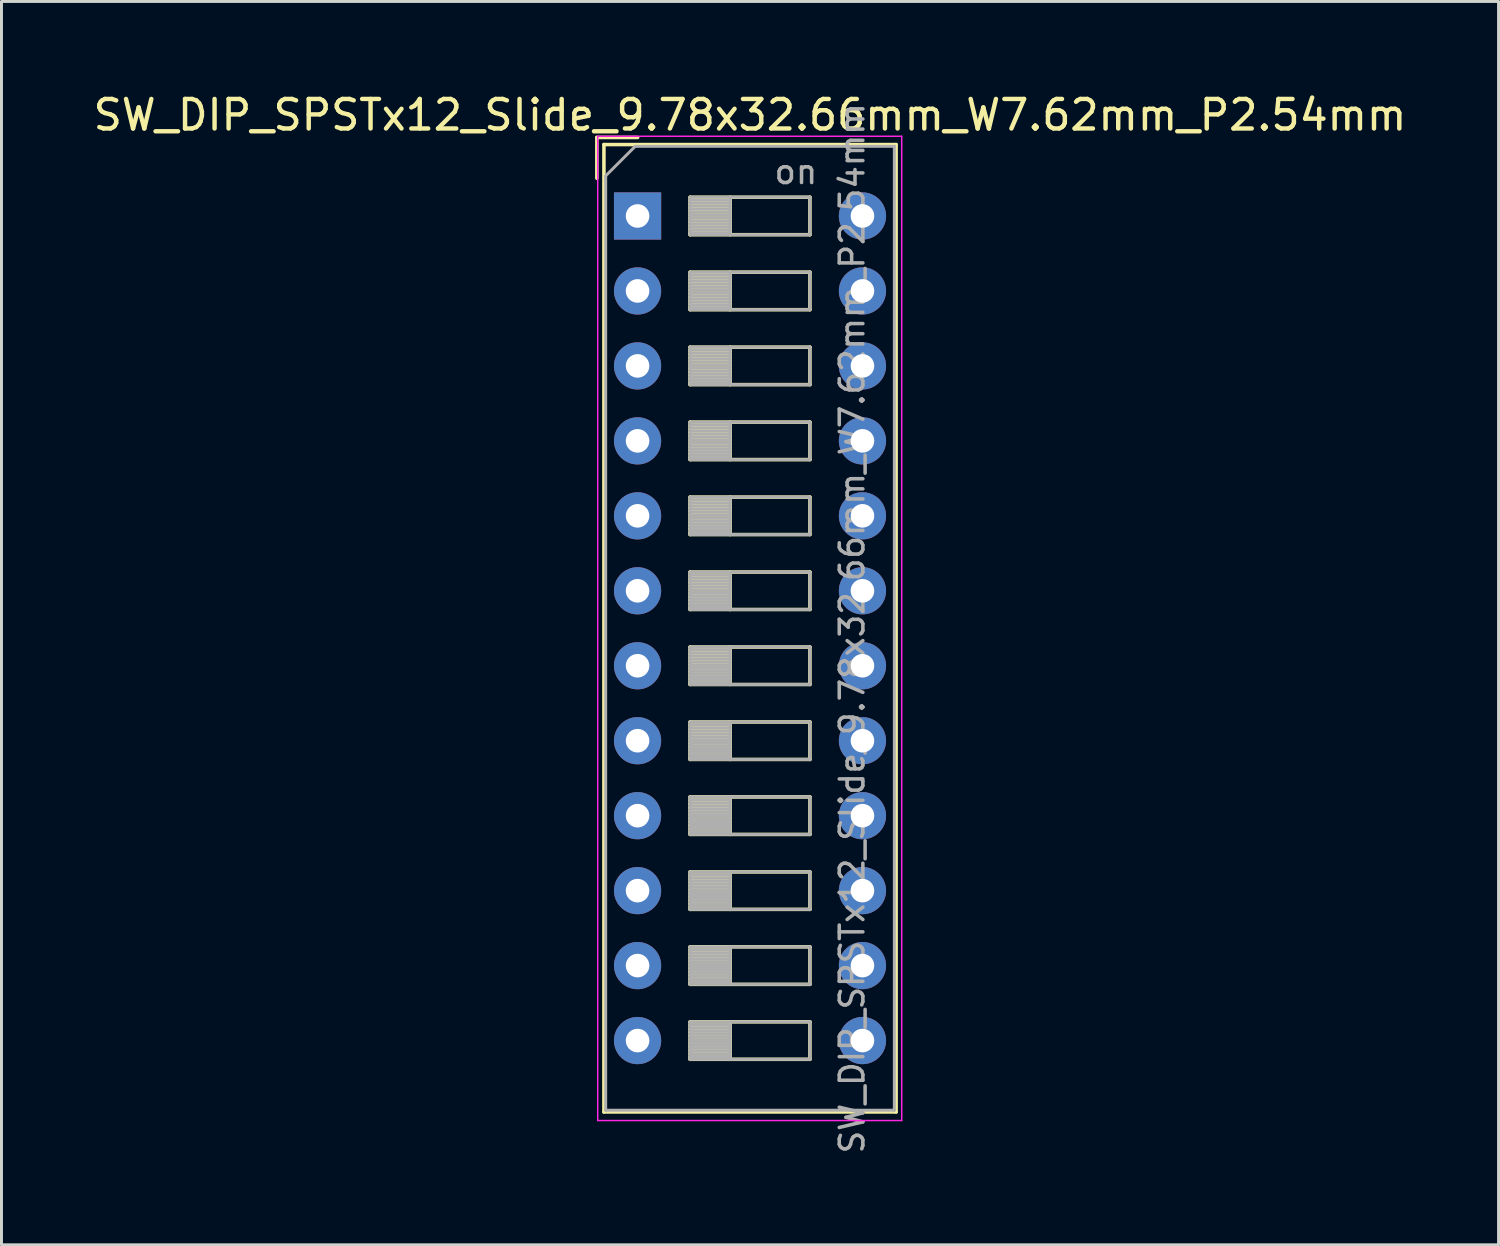
<source format=kicad_pcb>
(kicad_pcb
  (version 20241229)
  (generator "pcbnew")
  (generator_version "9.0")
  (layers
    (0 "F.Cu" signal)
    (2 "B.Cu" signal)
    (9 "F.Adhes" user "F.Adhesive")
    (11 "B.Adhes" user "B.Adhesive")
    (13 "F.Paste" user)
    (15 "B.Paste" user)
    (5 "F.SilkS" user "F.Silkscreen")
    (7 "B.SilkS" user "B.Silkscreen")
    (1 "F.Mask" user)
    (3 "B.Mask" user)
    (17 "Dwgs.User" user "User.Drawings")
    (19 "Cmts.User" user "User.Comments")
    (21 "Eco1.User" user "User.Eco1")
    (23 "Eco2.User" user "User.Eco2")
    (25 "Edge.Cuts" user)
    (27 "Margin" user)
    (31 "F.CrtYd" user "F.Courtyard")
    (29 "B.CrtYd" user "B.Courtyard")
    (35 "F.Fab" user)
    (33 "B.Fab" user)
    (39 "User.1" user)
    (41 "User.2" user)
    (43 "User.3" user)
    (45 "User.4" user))
  (footprint "SW_DIP_SPSTx12_Slide_9.78x32.66mm_W7.62mm_P2.54mm"
    (layer "F.Cu")
    (at 18.553 4.268)
    (property "Reference" "SW_DIP_SPSTx12_Slide_9.78x32.66mm_W7.62mm_P2.54mm" (at 3.81 -3.42 0) (layer "F.SilkS") (effects (font (size 1 1) (thickness 0.15))))
    (attr through_hole)
    (fp_line (start -1.38 -2.66) (end -1.38 -1.277) (stroke (width 0.12) (type solid)) (layer "F.SilkS"))
    (fp_line (start -1.38 -2.66) (end 0.004 -2.66) (stroke (width 0.12) (type solid)) (layer "F.SilkS"))
    (fp_line (start -1.14 -2.42) (end -1.14 30.36) (stroke (width 0.12) (type solid)) (layer "F.SilkS"))
    (fp_line (start -1.14 -2.42) (end 8.76 -2.42) (stroke (width 0.12) (type solid)) (layer "F.SilkS"))
    (fp_line (start -1.14 30.36) (end 8.76 30.36) (stroke (width 0.12) (type solid)) (layer "F.SilkS"))
    (fp_line (start 1.78 -0.635) (end 1.78 0.635) (stroke (width 0.12) (type solid)) (layer "F.SilkS"))
    (fp_line (start 1.78 -0.515) (end 3.133 -0.515) (stroke (width 0.12) (type solid)) (layer "F.SilkS"))
    (fp_line (start 1.78 -0.395) (end 3.133 -0.395) (stroke (width 0.12) (type solid)) (layer "F.SilkS"))
    (fp_line (start 1.78 -0.275) (end 3.133 -0.275) (stroke (width 0.12) (type solid)) (layer "F.SilkS"))
    (fp_line (start 1.78 -0.155) (end 3.133 -0.155) (stroke (width 0.12) (type solid)) (layer "F.SilkS"))
    (fp_line (start 1.78 -0.035) (end 3.133 -0.035) (stroke (width 0.12) (type solid)) (layer "F.SilkS"))
    (fp_line (start 1.78 0.085) (end 3.133 0.085) (stroke (width 0.12) (type solid)) (layer "F.SilkS"))
    (fp_line (start 1.78 0.205) (end 3.133 0.205) (stroke (width 0.12) (type solid)) (layer "F.SilkS"))
    (fp_line (start 1.78 0.325) (end 3.133 0.325) (stroke (width 0.12) (type solid)) (layer "F.SilkS"))
    (fp_line (start 1.78 0.445) (end 3.133 0.445) (stroke (width 0.12) (type solid)) (layer "F.SilkS"))
    (fp_line (start 1.78 0.565) (end 3.133 0.565) (stroke (width 0.12) (type solid)) (layer "F.SilkS"))
    (fp_line (start 1.78 0.635) (end 5.84 0.635) (stroke (width 0.12) (type solid)) (layer "F.SilkS"))
    (fp_line (start 1.78 1.905) (end 1.78 3.175) (stroke (width 0.12) (type solid)) (layer "F.SilkS"))
    (fp_line (start 1.78 2.025) (end 3.133 2.025) (stroke (width 0.12) (type solid)) (layer "F.SilkS"))
    (fp_line (start 1.78 2.145) (end 3.133 2.145) (stroke (width 0.12) (type solid)) (layer "F.SilkS"))
    (fp_line (start 1.78 2.265) (end 3.133 2.265) (stroke (width 0.12) (type solid)) (layer "F.SilkS"))
    (fp_line (start 1.78 2.385) (end 3.133 2.385) (stroke (width 0.12) (type solid)) (layer "F.SilkS"))
    (fp_line (start 1.78 2.505) (end 3.133 2.505) (stroke (width 0.12) (type solid)) (layer "F.SilkS"))
    (fp_line (start 1.78 2.625) (end 3.133 2.625) (stroke (width 0.12) (type solid)) (layer "F.SilkS"))
    (fp_line (start 1.78 2.745) (end 3.133 2.745) (stroke (width 0.12) (type solid)) (layer "F.SilkS"))
    (fp_line (start 1.78 2.865) (end 3.133 2.865) (stroke (width 0.12) (type solid)) (layer "F.SilkS"))
    (fp_line (start 1.78 2.985) (end 3.133 2.985) (stroke (width 0.12) (type solid)) (layer "F.SilkS"))
    (fp_line (start 1.78 3.105) (end 3.133 3.105) (stroke (width 0.12) (type solid)) (layer "F.SilkS"))
    (fp_line (start 1.78 3.175) (end 5.84 3.175) (stroke (width 0.12) (type solid)) (layer "F.SilkS"))
    (fp_line (start 1.78 4.445) (end 1.78 5.715) (stroke (width 0.12) (type solid)) (layer "F.SilkS"))
    (fp_line (start 1.78 4.565) (end 3.133 4.565) (stroke (width 0.12) (type solid)) (layer "F.SilkS"))
    (fp_line (start 1.78 4.685) (end 3.133 4.685) (stroke (width 0.12) (type solid)) (layer "F.SilkS"))
    (fp_line (start 1.78 4.805) (end 3.133 4.805) (stroke (width 0.12) (type solid)) (layer "F.SilkS"))
    (fp_line (start 1.78 4.925) (end 3.133 4.925) (stroke (width 0.12) (type solid)) (layer "F.SilkS"))
    (fp_line (start 1.78 5.045) (end 3.133 5.045) (stroke (width 0.12) (type solid)) (layer "F.SilkS"))
    (fp_line (start 1.78 5.165) (end 3.133 5.165) (stroke (width 0.12) (type solid)) (layer "F.SilkS"))
    (fp_line (start 1.78 5.285) (end 3.133 5.285) (stroke (width 0.12) (type solid)) (layer "F.SilkS"))
    (fp_line (start 1.78 5.405) (end 3.133 5.405) (stroke (width 0.12) (type solid)) (layer "F.SilkS"))
    (fp_line (start 1.78 5.525) (end 3.133 5.525) (stroke (width 0.12) (type solid)) (layer "F.SilkS"))
    (fp_line (start 1.78 5.645) (end 3.133 5.645) (stroke (width 0.12) (type solid)) (layer "F.SilkS"))
    (fp_line (start 1.78 5.715) (end 5.84 5.715) (stroke (width 0.12) (type solid)) (layer "F.SilkS"))
    (fp_line (start 1.78 6.985) (end 1.78 8.255) (stroke (width 0.12) (type solid)) (layer "F.SilkS"))
    (fp_line (start 1.78 7.105) (end 3.133 7.105) (stroke (width 0.12) (type solid)) (layer "F.SilkS"))
    (fp_line (start 1.78 7.225) (end 3.133 7.225) (stroke (width 0.12) (type solid)) (layer "F.SilkS"))
    (fp_line (start 1.78 7.345) (end 3.133 7.345) (stroke (width 0.12) (type solid)) (layer "F.SilkS"))
    (fp_line (start 1.78 7.465) (end 3.133 7.465) (stroke (width 0.12) (type solid)) (layer "F.SilkS"))
    (fp_line (start 1.78 7.585) (end 3.133 7.585) (stroke (width 0.12) (type solid)) (layer "F.SilkS"))
    (fp_line (start 1.78 7.705) (end 3.133 7.705) (stroke (width 0.12) (type solid)) (layer "F.SilkS"))
    (fp_line (start 1.78 7.825) (end 3.133 7.825) (stroke (width 0.12) (type solid)) (layer "F.SilkS"))
    (fp_line (start 1.78 7.945) (end 3.133 7.945) (stroke (width 0.12) (type solid)) (layer "F.SilkS"))
    (fp_line (start 1.78 8.065) (end 3.133 8.065) (stroke (width 0.12) (type solid)) (layer "F.SilkS"))
    (fp_line (start 1.78 8.185) (end 3.133 8.185) (stroke (width 0.12) (type solid)) (layer "F.SilkS"))
    (fp_line (start 1.78 8.255) (end 5.84 8.255) (stroke (width 0.12) (type solid)) (layer "F.SilkS"))
    (fp_line (start 1.78 9.525) (end 1.78 10.795) (stroke (width 0.12) (type solid)) (layer "F.SilkS"))
    (fp_line (start 1.78 9.645) (end 3.133 9.645) (stroke (width 0.12) (type solid)) (layer "F.SilkS"))
    (fp_line (start 1.78 9.765) (end 3.133 9.765) (stroke (width 0.12) (type solid)) (layer "F.SilkS"))
    (fp_line (start 1.78 9.885) (end 3.133 9.885) (stroke (width 0.12) (type solid)) (layer "F.SilkS"))
    (fp_line (start 1.78 10.005) (end 3.133 10.005) (stroke (width 0.12) (type solid)) (layer "F.SilkS"))
    (fp_line (start 1.78 10.125) (end 3.133 10.125) (stroke (width 0.12) (type solid)) (layer "F.SilkS"))
    (fp_line (start 1.78 10.245) (end 3.133 10.245) (stroke (width 0.12) (type solid)) (layer "F.SilkS"))
    (fp_line (start 1.78 10.365) (end 3.133 10.365) (stroke (width 0.12) (type solid)) (layer "F.SilkS"))
    (fp_line (start 1.78 10.485) (end 3.133 10.485) (stroke (width 0.12) (type solid)) (layer "F.SilkS"))
    (fp_line (start 1.78 10.605) (end 3.133 10.605) (stroke (width 0.12) (type solid)) (layer "F.SilkS"))
    (fp_line (start 1.78 10.725) (end 3.133 10.725) (stroke (width 0.12) (type solid)) (layer "F.SilkS"))
    (fp_line (start 1.78 10.795) (end 5.84 10.795) (stroke (width 0.12) (type solid)) (layer "F.SilkS"))
    (fp_line (start 1.78 12.065) (end 1.78 13.335) (stroke (width 0.12) (type solid)) (layer "F.SilkS"))
    (fp_line (start 1.78 12.185) (end 3.133 12.185) (stroke (width 0.12) (type solid)) (layer "F.SilkS"))
    (fp_line (start 1.78 12.305) (end 3.133 12.305) (stroke (width 0.12) (type solid)) (layer "F.SilkS"))
    (fp_line (start 1.78 12.425) (end 3.133 12.425) (stroke (width 0.12) (type solid)) (layer "F.SilkS"))
    (fp_line (start 1.78 12.545) (end 3.133 12.545) (stroke (width 0.12) (type solid)) (layer "F.SilkS"))
    (fp_line (start 1.78 12.665) (end 3.133 12.665) (stroke (width 0.12) (type solid)) (layer "F.SilkS"))
    (fp_line (start 1.78 12.785) (end 3.133 12.785) (stroke (width 0.12) (type solid)) (layer "F.SilkS"))
    (fp_line (start 1.78 12.905) (end 3.133 12.905) (stroke (width 0.12) (type solid)) (layer "F.SilkS"))
    (fp_line (start 1.78 13.025) (end 3.133 13.025) (stroke (width 0.12) (type solid)) (layer "F.SilkS"))
    (fp_line (start 1.78 13.145) (end 3.133 13.145) (stroke (width 0.12) (type solid)) (layer "F.SilkS"))
    (fp_line (start 1.78 13.265) (end 3.133 13.265) (stroke (width 0.12) (type solid)) (layer "F.SilkS"))
    (fp_line (start 1.78 13.335) (end 5.84 13.335) (stroke (width 0.12) (type solid)) (layer "F.SilkS"))
    (fp_line (start 1.78 14.605) (end 1.78 15.875) (stroke (width 0.12) (type solid)) (layer "F.SilkS"))
    (fp_line (start 1.78 14.725) (end 3.133 14.725) (stroke (width 0.12) (type solid)) (layer "F.SilkS"))
    (fp_line (start 1.78 14.845) (end 3.133 14.845) (stroke (width 0.12) (type solid)) (layer "F.SilkS"))
    (fp_line (start 1.78 14.965) (end 3.133 14.965) (stroke (width 0.12) (type solid)) (layer "F.SilkS"))
    (fp_line (start 1.78 15.085) (end 3.133 15.085) (stroke (width 0.12) (type solid)) (layer "F.SilkS"))
    (fp_line (start 1.78 15.205) (end 3.133 15.205) (stroke (width 0.12) (type solid)) (layer "F.SilkS"))
    (fp_line (start 1.78 15.325) (end 3.133 15.325) (stroke (width 0.12) (type solid)) (layer "F.SilkS"))
    (fp_line (start 1.78 15.445) (end 3.133 15.445) (stroke (width 0.12) (type solid)) (layer "F.SilkS"))
    (fp_line (start 1.78 15.565) (end 3.133 15.565) (stroke (width 0.12) (type solid)) (layer "F.SilkS"))
    (fp_line (start 1.78 15.685) (end 3.133 15.685) (stroke (width 0.12) (type solid)) (layer "F.SilkS"))
    (fp_line (start 1.78 15.805) (end 3.133 15.805) (stroke (width 0.12) (type solid)) (layer "F.SilkS"))
    (fp_line (start 1.78 15.875) (end 5.84 15.875) (stroke (width 0.12) (type solid)) (layer "F.SilkS"))
    (fp_line (start 1.78 17.145) (end 1.78 18.415) (stroke (width 0.12) (type solid)) (layer "F.SilkS"))
    (fp_line (start 1.78 17.265) (end 3.133 17.265) (stroke (width 0.12) (type solid)) (layer "F.SilkS"))
    (fp_line (start 1.78 17.385) (end 3.133 17.385) (stroke (width 0.12) (type solid)) (layer "F.SilkS"))
    (fp_line (start 1.78 17.505) (end 3.133 17.505) (stroke (width 0.12) (type solid)) (layer "F.SilkS"))
    (fp_line (start 1.78 17.625) (end 3.133 17.625) (stroke (width 0.12) (type solid)) (layer "F.SilkS"))
    (fp_line (start 1.78 17.745) (end 3.133 17.745) (stroke (width 0.12) (type solid)) (layer "F.SilkS"))
    (fp_line (start 1.78 17.865) (end 3.133 17.865) (stroke (width 0.12) (type solid)) (layer "F.SilkS"))
    (fp_line (start 1.78 17.985) (end 3.133 17.985) (stroke (width 0.12) (type solid)) (layer "F.SilkS"))
    (fp_line (start 1.78 18.105) (end 3.133 18.105) (stroke (width 0.12) (type solid)) (layer "F.SilkS"))
    (fp_line (start 1.78 18.225) (end 3.133 18.225) (stroke (width 0.12) (type solid)) (layer "F.SilkS"))
    (fp_line (start 1.78 18.345) (end 3.133 18.345) (stroke (width 0.12) (type solid)) (layer "F.SilkS"))
    (fp_line (start 1.78 18.415) (end 5.84 18.415) (stroke (width 0.12) (type solid)) (layer "F.SilkS"))
    (fp_line (start 1.78 19.685) (end 1.78 20.955) (stroke (width 0.12) (type solid)) (layer "F.SilkS"))
    (fp_line (start 1.78 19.805) (end 3.133 19.805) (stroke (width 0.12) (type solid)) (layer "F.SilkS"))
    (fp_line (start 1.78 19.925) (end 3.133 19.925) (stroke (width 0.12) (type solid)) (layer "F.SilkS"))
    (fp_line (start 1.78 20.045) (end 3.133 20.045) (stroke (width 0.12) (type solid)) (layer "F.SilkS"))
    (fp_line (start 1.78 20.165) (end 3.133 20.165) (stroke (width 0.12) (type solid)) (layer "F.SilkS"))
    (fp_line (start 1.78 20.285) (end 3.133 20.285) (stroke (width 0.12) (type solid)) (layer "F.SilkS"))
    (fp_line (start 1.78 20.405) (end 3.133 20.405) (stroke (width 0.12) (type solid)) (layer "F.SilkS"))
    (fp_line (start 1.78 20.525) (end 3.133 20.525) (stroke (width 0.12) (type solid)) (layer "F.SilkS"))
    (fp_line (start 1.78 20.645) (end 3.133 20.645) (stroke (width 0.12) (type solid)) (layer "F.SilkS"))
    (fp_line (start 1.78 20.765) (end 3.133 20.765) (stroke (width 0.12) (type solid)) (layer "F.SilkS"))
    (fp_line (start 1.78 20.885) (end 3.133 20.885) (stroke (width 0.12) (type solid)) (layer "F.SilkS"))
    (fp_line (start 1.78 20.955) (end 5.84 20.955) (stroke (width 0.12) (type solid)) (layer "F.SilkS"))
    (fp_line (start 1.78 22.225) (end 1.78 23.495) (stroke (width 0.12) (type solid)) (layer "F.SilkS"))
    (fp_line (start 1.78 22.345) (end 3.133 22.345) (stroke (width 0.12) (type solid)) (layer "F.SilkS"))
    (fp_line (start 1.78 22.465) (end 3.133 22.465) (stroke (width 0.12) (type solid)) (layer "F.SilkS"))
    (fp_line (start 1.78 22.585) (end 3.133 22.585) (stroke (width 0.12) (type solid)) (layer "F.SilkS"))
    (fp_line (start 1.78 22.705) (end 3.133 22.705) (stroke (width 0.12) (type solid)) (layer "F.SilkS"))
    (fp_line (start 1.78 22.825) (end 3.133 22.825) (stroke (width 0.12) (type solid)) (layer "F.SilkS"))
    (fp_line (start 1.78 22.945) (end 3.133 22.945) (stroke (width 0.12) (type solid)) (layer "F.SilkS"))
    (fp_line (start 1.78 23.065) (end 3.133 23.065) (stroke (width 0.12) (type solid)) (layer "F.SilkS"))
    (fp_line (start 1.78 23.185) (end 3.133 23.185) (stroke (width 0.12) (type solid)) (layer "F.SilkS"))
    (fp_line (start 1.78 23.305) (end 3.133 23.305) (stroke (width 0.12) (type solid)) (layer "F.SilkS"))
    (fp_line (start 1.78 23.425) (end 3.133 23.425) (stroke (width 0.12) (type solid)) (layer "F.SilkS"))
    (fp_line (start 1.78 23.495) (end 5.84 23.495) (stroke (width 0.12) (type solid)) (layer "F.SilkS"))
    (fp_line (start 1.78 24.765) (end 1.78 26.035) (stroke (width 0.12) (type solid)) (layer "F.SilkS"))
    (fp_line (start 1.78 24.885) (end 3.133 24.885) (stroke (width 0.12) (type solid)) (layer "F.SilkS"))
    (fp_line (start 1.78 25.005) (end 3.133 25.005) (stroke (width 0.12) (type solid)) (layer "F.SilkS"))
    (fp_line (start 1.78 25.125) (end 3.133 25.125) (stroke (width 0.12) (type solid)) (layer "F.SilkS"))
    (fp_line (start 1.78 25.245) (end 3.133 25.245) (stroke (width 0.12) (type solid)) (layer "F.SilkS"))
    (fp_line (start 1.78 25.365) (end 3.133 25.365) (stroke (width 0.12) (type solid)) (layer "F.SilkS"))
    (fp_line (start 1.78 25.485) (end 3.133 25.485) (stroke (width 0.12) (type solid)) (layer "F.SilkS"))
    (fp_line (start 1.78 25.605) (end 3.133 25.605) (stroke (width 0.12) (type solid)) (layer "F.SilkS"))
    (fp_line (start 1.78 25.725) (end 3.133 25.725) (stroke (width 0.12) (type solid)) (layer "F.SilkS"))
    (fp_line (start 1.78 25.845) (end 3.133 25.845) (stroke (width 0.12) (type solid)) (layer "F.SilkS"))
    (fp_line (start 1.78 25.965) (end 3.133 25.965) (stroke (width 0.12) (type solid)) (layer "F.SilkS"))
    (fp_line (start 1.78 26.035) (end 5.84 26.035) (stroke (width 0.12) (type solid)) (layer "F.SilkS"))
    (fp_line (start 1.78 27.305) (end 1.78 28.575) (stroke (width 0.12) (type solid)) (layer "F.SilkS"))
    (fp_line (start 1.78 27.425) (end 3.133 27.425) (stroke (width 0.12) (type solid)) (layer "F.SilkS"))
    (fp_line (start 1.78 27.545) (end 3.133 27.545) (stroke (width 0.12) (type solid)) (layer "F.SilkS"))
    (fp_line (start 1.78 27.665) (end 3.133 27.665) (stroke (width 0.12) (type solid)) (layer "F.SilkS"))
    (fp_line (start 1.78 27.785) (end 3.133 27.785) (stroke (width 0.12) (type solid)) (layer "F.SilkS"))
    (fp_line (start 1.78 27.905) (end 3.133 27.905) (stroke (width 0.12) (type solid)) (layer "F.SilkS"))
    (fp_line (start 1.78 28.025) (end 3.133 28.025) (stroke (width 0.12) (type solid)) (layer "F.SilkS"))
    (fp_line (start 1.78 28.145) (end 3.133 28.145) (stroke (width 0.12) (type solid)) (layer "F.SilkS"))
    (fp_line (start 1.78 28.265) (end 3.133 28.265) (stroke (width 0.12) (type solid)) (layer "F.SilkS"))
    (fp_line (start 1.78 28.385) (end 3.133 28.385) (stroke (width 0.12) (type solid)) (layer "F.SilkS"))
    (fp_line (start 1.78 28.505) (end 3.133 28.505) (stroke (width 0.12) (type solid)) (layer "F.SilkS"))
    (fp_line (start 1.78 28.575) (end 5.84 28.575) (stroke (width 0.12) (type solid)) (layer "F.SilkS"))
    (fp_line (start 3.133 -0.635) (end 3.133 0.635) (stroke (width 0.12) (type solid)) (layer "F.SilkS"))
    (fp_line (start 3.133 1.905) (end 3.133 3.175) (stroke (width 0.12) (type solid)) (layer "F.SilkS"))
    (fp_line (start 3.133 4.445) (end 3.133 5.715) (stroke (width 0.12) (type solid)) (layer "F.SilkS"))
    (fp_line (start 3.133 6.985) (end 3.133 8.255) (stroke (width 0.12) (type solid)) (layer "F.SilkS"))
    (fp_line (start 3.133 9.525) (end 3.133 10.795) (stroke (width 0.12) (type solid)) (layer "F.SilkS"))
    (fp_line (start 3.133 12.065) (end 3.133 13.335) (stroke (width 0.12) (type solid)) (layer "F.SilkS"))
    (fp_line (start 3.133 14.605) (end 3.133 15.875) (stroke (width 0.12) (type solid)) (layer "F.SilkS"))
    (fp_line (start 3.133 17.145) (end 3.133 18.415) (stroke (width 0.12) (type solid)) (layer "F.SilkS"))
    (fp_line (start 3.133 19.685) (end 3.133 20.955) (stroke (width 0.12) (type solid)) (layer "F.SilkS"))
    (fp_line (start 3.133 22.225) (end 3.133 23.495) (stroke (width 0.12) (type solid)) (layer "F.SilkS"))
    (fp_line (start 3.133 24.765) (end 3.133 26.035) (stroke (width 0.12) (type solid)) (layer "F.SilkS"))
    (fp_line (start 3.133 27.305) (end 3.133 28.575) (stroke (width 0.12) (type solid)) (layer "F.SilkS"))
    (fp_line (start 5.84 -0.635) (end 1.78 -0.635) (stroke (width 0.12) (type solid)) (layer "F.SilkS"))
    (fp_line (start 5.84 0.635) (end 5.84 -0.635) (stroke (width 0.12) (type solid)) (layer "F.SilkS"))
    (fp_line (start 5.84 1.905) (end 1.78 1.905) (stroke (width 0.12) (type solid)) (layer "F.SilkS"))
    (fp_line (start 5.84 3.175) (end 5.84 1.905) (stroke (width 0.12) (type solid)) (layer "F.SilkS"))
    (fp_line (start 5.84 4.445) (end 1.78 4.445) (stroke (width 0.12) (type solid)) (layer "F.SilkS"))
    (fp_line (start 5.84 5.715) (end 5.84 4.445) (stroke (width 0.12) (type solid)) (layer "F.SilkS"))
    (fp_line (start 5.84 6.985) (end 1.78 6.985) (stroke (width 0.12) (type solid)) (layer "F.SilkS"))
    (fp_line (start 5.84 8.255) (end 5.84 6.985) (stroke (width 0.12) (type solid)) (layer "F.SilkS"))
    (fp_line (start 5.84 9.525) (end 1.78 9.525) (stroke (width 0.12) (type solid)) (layer "F.SilkS"))
    (fp_line (start 5.84 10.795) (end 5.84 9.525) (stroke (width 0.12) (type solid)) (layer "F.SilkS"))
    (fp_line (start 5.84 12.065) (end 1.78 12.065) (stroke (width 0.12) (type solid)) (layer "F.SilkS"))
    (fp_line (start 5.84 13.335) (end 5.84 12.065) (stroke (width 0.12) (type solid)) (layer "F.SilkS"))
    (fp_line (start 5.84 14.605) (end 1.78 14.605) (stroke (width 0.12) (type solid)) (layer "F.SilkS"))
    (fp_line (start 5.84 15.875) (end 5.84 14.605) (stroke (width 0.12) (type solid)) (layer "F.SilkS"))
    (fp_line (start 5.84 17.145) (end 1.78 17.145) (stroke (width 0.12) (type solid)) (layer "F.SilkS"))
    (fp_line (start 5.84 18.415) (end 5.84 17.145) (stroke (width 0.12) (type solid)) (layer "F.SilkS"))
    (fp_line (start 5.84 19.685) (end 1.78 19.685) (stroke (width 0.12) (type solid)) (layer "F.SilkS"))
    (fp_line (start 5.84 20.955) (end 5.84 19.685) (stroke (width 0.12) (type solid)) (layer "F.SilkS"))
    (fp_line (start 5.84 22.225) (end 1.78 22.225) (stroke (width 0.12) (type solid)) (layer "F.SilkS"))
    (fp_line (start 5.84 23.495) (end 5.84 22.225) (stroke (width 0.12) (type solid)) (layer "F.SilkS"))
    (fp_line (start 5.84 24.765) (end 1.78 24.765) (stroke (width 0.12) (type solid)) (layer "F.SilkS"))
    (fp_line (start 5.84 26.035) (end 5.84 24.765) (stroke (width 0.12) (type solid)) (layer "F.SilkS"))
    (fp_line (start 5.84 27.305) (end 1.78 27.305) (stroke (width 0.12) (type solid)) (layer "F.SilkS"))
    (fp_line (start 5.84 28.575) (end 5.84 27.305) (stroke (width 0.12) (type solid)) (layer "F.SilkS"))
    (fp_line (start 8.76 -2.42) (end 8.76 30.36) (stroke (width 0.12) (type solid)) (layer "F.SilkS"))
    (fp_line (start -1.35 -2.7) (end -1.35 30.65) (stroke (width 0.05) (type solid)) (layer "F.CrtYd"))
    (fp_line (start -1.35 30.65) (end 8.95 30.65) (stroke (width 0.05) (type solid)) (layer "F.CrtYd"))
    (fp_line (start 8.95 -2.7) (end -1.35 -2.7) (stroke (width 0.05) (type solid)) (layer "F.CrtYd"))
    (fp_line (start 8.95 30.65) (end 8.95 -2.7) (stroke (width 0.05) (type solid)) (layer "F.CrtYd"))
    (fp_line (start -1.08 -1.36) (end -0.08 -2.36) (stroke (width 0.1) (type solid)) (layer "F.Fab"))
    (fp_line (start -1.08 30.3) (end -1.08 -1.36) (stroke (width 0.1) (type solid)) (layer "F.Fab"))
    (fp_line (start -0.08 -2.36) (end 8.7 -2.36) (stroke (width 0.1) (type solid)) (layer "F.Fab"))
    (fp_line (start 1.78 -0.635) (end 1.78 0.635) (stroke (width 0.1) (type solid)) (layer "F.Fab"))
    (fp_line (start 1.78 -0.535) (end 3.133 -0.535) (stroke (width 0.1) (type solid)) (layer "F.Fab"))
    (fp_line (start 1.78 -0.435) (end 3.133 -0.435) (stroke (width 0.1) (type solid)) (layer "F.Fab"))
    (fp_line (start 1.78 -0.335) (end 3.133 -0.335) (stroke (width 0.1) (type solid)) (layer "F.Fab"))
    (fp_line (start 1.78 -0.235) (end 3.133 -0.235) (stroke (width 0.1) (type solid)) (layer "F.Fab"))
    (fp_line (start 1.78 -0.135) (end 3.133 -0.135) (stroke (width 0.1) (type solid)) (layer "F.Fab"))
    (fp_line (start 1.78 -0.035) (end 3.133 -0.035) (stroke (width 0.1) (type solid)) (layer "F.Fab"))
    (fp_line (start 1.78 0.065) (end 3.133 0.065) (stroke (width 0.1) (type solid)) (layer "F.Fab"))
    (fp_line (start 1.78 0.165) (end 3.133 0.165) (stroke (width 0.1) (type solid)) (layer "F.Fab"))
    (fp_line (start 1.78 0.265) (end 3.133 0.265) (stroke (width 0.1) (type solid)) (layer "F.Fab"))
    (fp_line (start 1.78 0.365) (end 3.133 0.365) (stroke (width 0.1) (type solid)) (layer "F.Fab"))
    (fp_line (start 1.78 0.465) (end 3.133 0.465) (stroke (width 0.1) (type solid)) (layer "F.Fab"))
    (fp_line (start 1.78 0.565) (end 3.133 0.565) (stroke (width 0.1) (type solid)) (layer "F.Fab"))
    (fp_line (start 1.78 0.635) (end 5.84 0.635) (stroke (width 0.1) (type solid)) (layer "F.Fab"))
    (fp_line (start 1.78 1.905) (end 1.78 3.175) (stroke (width 0.1) (type solid)) (layer "F.Fab"))
    (fp_line (start 1.78 2.005) (end 3.133 2.005) (stroke (width 0.1) (type solid)) (layer "F.Fab"))
    (fp_line (start 1.78 2.105) (end 3.133 2.105) (stroke (width 0.1) (type solid)) (layer "F.Fab"))
    (fp_line (start 1.78 2.205) (end 3.133 2.205) (stroke (width 0.1) (type solid)) (layer "F.Fab"))
    (fp_line (start 1.78 2.305) (end 3.133 2.305) (stroke (width 0.1) (type solid)) (layer "F.Fab"))
    (fp_line (start 1.78 2.405) (end 3.133 2.405) (stroke (width 0.1) (type solid)) (layer "F.Fab"))
    (fp_line (start 1.78 2.505) (end 3.133 2.505) (stroke (width 0.1) (type solid)) (layer "F.Fab"))
    (fp_line (start 1.78 2.605) (end 3.133 2.605) (stroke (width 0.1) (type solid)) (layer "F.Fab"))
    (fp_line (start 1.78 2.705) (end 3.133 2.705) (stroke (width 0.1) (type solid)) (layer "F.Fab"))
    (fp_line (start 1.78 2.805) (end 3.133 2.805) (stroke (width 0.1) (type solid)) (layer "F.Fab"))
    (fp_line (start 1.78 2.905) (end 3.133 2.905) (stroke (width 0.1) (type solid)) (layer "F.Fab"))
    (fp_line (start 1.78 3.005) (end 3.133 3.005) (stroke (width 0.1) (type solid)) (layer "F.Fab"))
    (fp_line (start 1.78 3.105) (end 3.133 3.105) (stroke (width 0.1) (type solid)) (layer "F.Fab"))
    (fp_line (start 1.78 3.175) (end 5.84 3.175) (stroke (width 0.1) (type solid)) (layer "F.Fab"))
    (fp_line (start 1.78 4.445) (end 1.78 5.715) (stroke (width 0.1) (type solid)) (layer "F.Fab"))
    (fp_line (start 1.78 4.545) (end 3.133 4.545) (stroke (width 0.1) (type solid)) (layer "F.Fab"))
    (fp_line (start 1.78 4.645) (end 3.133 4.645) (stroke (width 0.1) (type solid)) (layer "F.Fab"))
    (fp_line (start 1.78 4.745) (end 3.133 4.745) (stroke (width 0.1) (type solid)) (layer "F.Fab"))
    (fp_line (start 1.78 4.845) (end 3.133 4.845) (stroke (width 0.1) (type solid)) (layer "F.Fab"))
    (fp_line (start 1.78 4.945) (end 3.133 4.945) (stroke (width 0.1) (type solid)) (layer "F.Fab"))
    (fp_line (start 1.78 5.045) (end 3.133 5.045) (stroke (width 0.1) (type solid)) (layer "F.Fab"))
    (fp_line (start 1.78 5.145) (end 3.133 5.145) (stroke (width 0.1) (type solid)) (layer "F.Fab"))
    (fp_line (start 1.78 5.245) (end 3.133 5.245) (stroke (width 0.1) (type solid)) (layer "F.Fab"))
    (fp_line (start 1.78 5.345) (end 3.133 5.345) (stroke (width 0.1) (type solid)) (layer "F.Fab"))
    (fp_line (start 1.78 5.445) (end 3.133 5.445) (stroke (width 0.1) (type solid)) (layer "F.Fab"))
    (fp_line (start 1.78 5.545) (end 3.133 5.545) (stroke (width 0.1) (type solid)) (layer "F.Fab"))
    (fp_line (start 1.78 5.645) (end 3.133 5.645) (stroke (width 0.1) (type solid)) (layer "F.Fab"))
    (fp_line (start 1.78 5.715) (end 5.84 5.715) (stroke (width 0.1) (type solid)) (layer "F.Fab"))
    (fp_line (start 1.78 6.985) (end 1.78 8.255) (stroke (width 0.1) (type solid)) (layer "F.Fab"))
    (fp_line (start 1.78 7.085) (end 3.133 7.085) (stroke (width 0.1) (type solid)) (layer "F.Fab"))
    (fp_line (start 1.78 7.185) (end 3.133 7.185) (stroke (width 0.1) (type solid)) (layer "F.Fab"))
    (fp_line (start 1.78 7.285) (end 3.133 7.285) (stroke (width 0.1) (type solid)) (layer "F.Fab"))
    (fp_line (start 1.78 7.385) (end 3.133 7.385) (stroke (width 0.1) (type solid)) (layer "F.Fab"))
    (fp_line (start 1.78 7.485) (end 3.133 7.485) (stroke (width 0.1) (type solid)) (layer "F.Fab"))
    (fp_line (start 1.78 7.585) (end 3.133 7.585) (stroke (width 0.1) (type solid)) (layer "F.Fab"))
    (fp_line (start 1.78 7.685) (end 3.133 7.685) (stroke (width 0.1) (type solid)) (layer "F.Fab"))
    (fp_line (start 1.78 7.785) (end 3.133 7.785) (stroke (width 0.1) (type solid)) (layer "F.Fab"))
    (fp_line (start 1.78 7.885) (end 3.133 7.885) (stroke (width 0.1) (type solid)) (layer "F.Fab"))
    (fp_line (start 1.78 7.985) (end 3.133 7.985) (stroke (width 0.1) (type solid)) (layer "F.Fab"))
    (fp_line (start 1.78 8.085) (end 3.133 8.085) (stroke (width 0.1) (type solid)) (layer "F.Fab"))
    (fp_line (start 1.78 8.185) (end 3.133 8.185) (stroke (width 0.1) (type solid)) (layer "F.Fab"))
    (fp_line (start 1.78 8.255) (end 5.84 8.255) (stroke (width 0.1) (type solid)) (layer "F.Fab"))
    (fp_line (start 1.78 9.525) (end 1.78 10.795) (stroke (width 0.1) (type solid)) (layer "F.Fab"))
    (fp_line (start 1.78 9.625) (end 3.133 9.625) (stroke (width 0.1) (type solid)) (layer "F.Fab"))
    (fp_line (start 1.78 9.725) (end 3.133 9.725) (stroke (width 0.1) (type solid)) (layer "F.Fab"))
    (fp_line (start 1.78 9.825) (end 3.133 9.825) (stroke (width 0.1) (type solid)) (layer "F.Fab"))
    (fp_line (start 1.78 9.925) (end 3.133 9.925) (stroke (width 0.1) (type solid)) (layer "F.Fab"))
    (fp_line (start 1.78 10.025) (end 3.133 10.025) (stroke (width 0.1) (type solid)) (layer "F.Fab"))
    (fp_line (start 1.78 10.125) (end 3.133 10.125) (stroke (width 0.1) (type solid)) (layer "F.Fab"))
    (fp_line (start 1.78 10.225) (end 3.133 10.225) (stroke (width 0.1) (type solid)) (layer "F.Fab"))
    (fp_line (start 1.78 10.325) (end 3.133 10.325) (stroke (width 0.1) (type solid)) (layer "F.Fab"))
    (fp_line (start 1.78 10.425) (end 3.133 10.425) (stroke (width 0.1) (type solid)) (layer "F.Fab"))
    (fp_line (start 1.78 10.525) (end 3.133 10.525) (stroke (width 0.1) (type solid)) (layer "F.Fab"))
    (fp_line (start 1.78 10.625) (end 3.133 10.625) (stroke (width 0.1) (type solid)) (layer "F.Fab"))
    (fp_line (start 1.78 10.725) (end 3.133 10.725) (stroke (width 0.1) (type solid)) (layer "F.Fab"))
    (fp_line (start 1.78 10.795) (end 5.84 10.795) (stroke (width 0.1) (type solid)) (layer "F.Fab"))
    (fp_line (start 1.78 12.065) (end 1.78 13.335) (stroke (width 0.1) (type solid)) (layer "F.Fab"))
    (fp_line (start 1.78 12.165) (end 3.133 12.165) (stroke (width 0.1) (type solid)) (layer "F.Fab"))
    (fp_line (start 1.78 12.265) (end 3.133 12.265) (stroke (width 0.1) (type solid)) (layer "F.Fab"))
    (fp_line (start 1.78 12.365) (end 3.133 12.365) (stroke (width 0.1) (type solid)) (layer "F.Fab"))
    (fp_line (start 1.78 12.465) (end 3.133 12.465) (stroke (width 0.1) (type solid)) (layer "F.Fab"))
    (fp_line (start 1.78 12.565) (end 3.133 12.565) (stroke (width 0.1) (type solid)) (layer "F.Fab"))
    (fp_line (start 1.78 12.665) (end 3.133 12.665) (stroke (width 0.1) (type solid)) (layer "F.Fab"))
    (fp_line (start 1.78 12.765) (end 3.133 12.765) (stroke (width 0.1) (type solid)) (layer "F.Fab"))
    (fp_line (start 1.78 12.865) (end 3.133 12.865) (stroke (width 0.1) (type solid)) (layer "F.Fab"))
    (fp_line (start 1.78 12.965) (end 3.133 12.965) (stroke (width 0.1) (type solid)) (layer "F.Fab"))
    (fp_line (start 1.78 13.065) (end 3.133 13.065) (stroke (width 0.1) (type solid)) (layer "F.Fab"))
    (fp_line (start 1.78 13.165) (end 3.133 13.165) (stroke (width 0.1) (type solid)) (layer "F.Fab"))
    (fp_line (start 1.78 13.265) (end 3.133 13.265) (stroke (width 0.1) (type solid)) (layer "F.Fab"))
    (fp_line (start 1.78 13.335) (end 5.84 13.335) (stroke (width 0.1) (type solid)) (layer "F.Fab"))
    (fp_line (start 1.78 14.605) (end 1.78 15.875) (stroke (width 0.1) (type solid)) (layer "F.Fab"))
    (fp_line (start 1.78 14.705) (end 3.133 14.705) (stroke (width 0.1) (type solid)) (layer "F.Fab"))
    (fp_line (start 1.78 14.805) (end 3.133 14.805) (stroke (width 0.1) (type solid)) (layer "F.Fab"))
    (fp_line (start 1.78 14.905) (end 3.133 14.905) (stroke (width 0.1) (type solid)) (layer "F.Fab"))
    (fp_line (start 1.78 15.005) (end 3.133 15.005) (stroke (width 0.1) (type solid)) (layer "F.Fab"))
    (fp_line (start 1.78 15.105) (end 3.133 15.105) (stroke (width 0.1) (type solid)) (layer "F.Fab"))
    (fp_line (start 1.78 15.205) (end 3.133 15.205) (stroke (width 0.1) (type solid)) (layer "F.Fab"))
    (fp_line (start 1.78 15.305) (end 3.133 15.305) (stroke (width 0.1) (type solid)) (layer "F.Fab"))
    (fp_line (start 1.78 15.405) (end 3.133 15.405) (stroke (width 0.1) (type solid)) (layer "F.Fab"))
    (fp_line (start 1.78 15.505) (end 3.133 15.505) (stroke (width 0.1) (type solid)) (layer "F.Fab"))
    (fp_line (start 1.78 15.605) (end 3.133 15.605) (stroke (width 0.1) (type solid)) (layer "F.Fab"))
    (fp_line (start 1.78 15.705) (end 3.133 15.705) (stroke (width 0.1) (type solid)) (layer "F.Fab"))
    (fp_line (start 1.78 15.805) (end 3.133 15.805) (stroke (width 0.1) (type solid)) (layer "F.Fab"))
    (fp_line (start 1.78 15.875) (end 5.84 15.875) (stroke (width 0.1) (type solid)) (layer "F.Fab"))
    (fp_line (start 1.78 17.145) (end 1.78 18.415) (stroke (width 0.1) (type solid)) (layer "F.Fab"))
    (fp_line (start 1.78 17.245) (end 3.133 17.245) (stroke (width 0.1) (type solid)) (layer "F.Fab"))
    (fp_line (start 1.78 17.345) (end 3.133 17.345) (stroke (width 0.1) (type solid)) (layer "F.Fab"))
    (fp_line (start 1.78 17.445) (end 3.133 17.445) (stroke (width 0.1) (type solid)) (layer "F.Fab"))
    (fp_line (start 1.78 17.545) (end 3.133 17.545) (stroke (width 0.1) (type solid)) (layer "F.Fab"))
    (fp_line (start 1.78 17.645) (end 3.133 17.645) (stroke (width 0.1) (type solid)) (layer "F.Fab"))
    (fp_line (start 1.78 17.745) (end 3.133 17.745) (stroke (width 0.1) (type solid)) (layer "F.Fab"))
    (fp_line (start 1.78 17.845) (end 3.133 17.845) (stroke (width 0.1) (type solid)) (layer "F.Fab"))
    (fp_line (start 1.78 17.945) (end 3.133 17.945) (stroke (width 0.1) (type solid)) (layer "F.Fab"))
    (fp_line (start 1.78 18.045) (end 3.133 18.045) (stroke (width 0.1) (type solid)) (layer "F.Fab"))
    (fp_line (start 1.78 18.145) (end 3.133 18.145) (stroke (width 0.1) (type solid)) (layer "F.Fab"))
    (fp_line (start 1.78 18.245) (end 3.133 18.245) (stroke (width 0.1) (type solid)) (layer "F.Fab"))
    (fp_line (start 1.78 18.345) (end 3.133 18.345) (stroke (width 0.1) (type solid)) (layer "F.Fab"))
    (fp_line (start 1.78 18.415) (end 5.84 18.415) (stroke (width 0.1) (type solid)) (layer "F.Fab"))
    (fp_line (start 1.78 19.685) (end 1.78 20.955) (stroke (width 0.1) (type solid)) (layer "F.Fab"))
    (fp_line (start 1.78 19.785) (end 3.133 19.785) (stroke (width 0.1) (type solid)) (layer "F.Fab"))
    (fp_line (start 1.78 19.885) (end 3.133 19.885) (stroke (width 0.1) (type solid)) (layer "F.Fab"))
    (fp_line (start 1.78 19.985) (end 3.133 19.985) (stroke (width 0.1) (type solid)) (layer "F.Fab"))
    (fp_line (start 1.78 20.085) (end 3.133 20.085) (stroke (width 0.1) (type solid)) (layer "F.Fab"))
    (fp_line (start 1.78 20.185) (end 3.133 20.185) (stroke (width 0.1) (type solid)) (layer "F.Fab"))
    (fp_line (start 1.78 20.285) (end 3.133 20.285) (stroke (width 0.1) (type solid)) (layer "F.Fab"))
    (fp_line (start 1.78 20.385) (end 3.133 20.385) (stroke (width 0.1) (type solid)) (layer "F.Fab"))
    (fp_line (start 1.78 20.485) (end 3.133 20.485) (stroke (width 0.1) (type solid)) (layer "F.Fab"))
    (fp_line (start 1.78 20.585) (end 3.133 20.585) (stroke (width 0.1) (type solid)) (layer "F.Fab"))
    (fp_line (start 1.78 20.685) (end 3.133 20.685) (stroke (width 0.1) (type solid)) (layer "F.Fab"))
    (fp_line (start 1.78 20.785) (end 3.133 20.785) (stroke (width 0.1) (type solid)) (layer "F.Fab"))
    (fp_line (start 1.78 20.885) (end 3.133 20.885) (stroke (width 0.1) (type solid)) (layer "F.Fab"))
    (fp_line (start 1.78 20.955) (end 5.84 20.955) (stroke (width 0.1) (type solid)) (layer "F.Fab"))
    (fp_line (start 1.78 22.225) (end 1.78 23.495) (stroke (width 0.1) (type solid)) (layer "F.Fab"))
    (fp_line (start 1.78 22.325) (end 3.133 22.325) (stroke (width 0.1) (type solid)) (layer "F.Fab"))
    (fp_line (start 1.78 22.425) (end 3.133 22.425) (stroke (width 0.1) (type solid)) (layer "F.Fab"))
    (fp_line (start 1.78 22.525) (end 3.133 22.525) (stroke (width 0.1) (type solid)) (layer "F.Fab"))
    (fp_line (start 1.78 22.625) (end 3.133 22.625) (stroke (width 0.1) (type solid)) (layer "F.Fab"))
    (fp_line (start 1.78 22.725) (end 3.133 22.725) (stroke (width 0.1) (type solid)) (layer "F.Fab"))
    (fp_line (start 1.78 22.825) (end 3.133 22.825) (stroke (width 0.1) (type solid)) (layer "F.Fab"))
    (fp_line (start 1.78 22.925) (end 3.133 22.925) (stroke (width 0.1) (type solid)) (layer "F.Fab"))
    (fp_line (start 1.78 23.025) (end 3.133 23.025) (stroke (width 0.1) (type solid)) (layer "F.Fab"))
    (fp_line (start 1.78 23.125) (end 3.133 23.125) (stroke (width 0.1) (type solid)) (layer "F.Fab"))
    (fp_line (start 1.78 23.225) (end 3.133 23.225) (stroke (width 0.1) (type solid)) (layer "F.Fab"))
    (fp_line (start 1.78 23.325) (end 3.133 23.325) (stroke (width 0.1) (type solid)) (layer "F.Fab"))
    (fp_line (start 1.78 23.425) (end 3.133 23.425) (stroke (width 0.1) (type solid)) (layer "F.Fab"))
    (fp_line (start 1.78 23.495) (end 5.84 23.495) (stroke (width 0.1) (type solid)) (layer "F.Fab"))
    (fp_line (start 1.78 24.765) (end 1.78 26.035) (stroke (width 0.1) (type solid)) (layer "F.Fab"))
    (fp_line (start 1.78 24.865) (end 3.133 24.865) (stroke (width 0.1) (type solid)) (layer "F.Fab"))
    (fp_line (start 1.78 24.965) (end 3.133 24.965) (stroke (width 0.1) (type solid)) (layer "F.Fab"))
    (fp_line (start 1.78 25.065) (end 3.133 25.065) (stroke (width 0.1) (type solid)) (layer "F.Fab"))
    (fp_line (start 1.78 25.165) (end 3.133 25.165) (stroke (width 0.1) (type solid)) (layer "F.Fab"))
    (fp_line (start 1.78 25.265) (end 3.133 25.265) (stroke (width 0.1) (type solid)) (layer "F.Fab"))
    (fp_line (start 1.78 25.365) (end 3.133 25.365) (stroke (width 0.1) (type solid)) (layer "F.Fab"))
    (fp_line (start 1.78 25.465) (end 3.133 25.465) (stroke (width 0.1) (type solid)) (layer "F.Fab"))
    (fp_line (start 1.78 25.565) (end 3.133 25.565) (stroke (width 0.1) (type solid)) (layer "F.Fab"))
    (fp_line (start 1.78 25.665) (end 3.133 25.665) (stroke (width 0.1) (type solid)) (layer "F.Fab"))
    (fp_line (start 1.78 25.765) (end 3.133 25.765) (stroke (width 0.1) (type solid)) (layer "F.Fab"))
    (fp_line (start 1.78 25.865) (end 3.133 25.865) (stroke (width 0.1) (type solid)) (layer "F.Fab"))
    (fp_line (start 1.78 25.965) (end 3.133 25.965) (stroke (width 0.1) (type solid)) (layer "F.Fab"))
    (fp_line (start 1.78 26.035) (end 5.84 26.035) (stroke (width 0.1) (type solid)) (layer "F.Fab"))
    (fp_line (start 1.78 27.305) (end 1.78 28.575) (stroke (width 0.1) (type solid)) (layer "F.Fab"))
    (fp_line (start 1.78 27.405) (end 3.133 27.405) (stroke (width 0.1) (type solid)) (layer "F.Fab"))
    (fp_line (start 1.78 27.505) (end 3.133 27.505) (stroke (width 0.1) (type solid)) (layer "F.Fab"))
    (fp_line (start 1.78 27.605) (end 3.133 27.605) (stroke (width 0.1) (type solid)) (layer "F.Fab"))
    (fp_line (start 1.78 27.705) (end 3.133 27.705) (stroke (width 0.1) (type solid)) (layer "F.Fab"))
    (fp_line (start 1.78 27.805) (end 3.133 27.805) (stroke (width 0.1) (type solid)) (layer "F.Fab"))
    (fp_line (start 1.78 27.905) (end 3.133 27.905) (stroke (width 0.1) (type solid)) (layer "F.Fab"))
    (fp_line (start 1.78 28.005) (end 3.133 28.005) (stroke (width 0.1) (type solid)) (layer "F.Fab"))
    (fp_line (start 1.78 28.105) (end 3.133 28.105) (stroke (width 0.1) (type solid)) (layer "F.Fab"))
    (fp_line (start 1.78 28.205) (end 3.133 28.205) (stroke (width 0.1) (type solid)) (layer "F.Fab"))
    (fp_line (start 1.78 28.305) (end 3.133 28.305) (stroke (width 0.1) (type solid)) (layer "F.Fab"))
    (fp_line (start 1.78 28.405) (end 3.133 28.405) (stroke (width 0.1) (type solid)) (layer "F.Fab"))
    (fp_line (start 1.78 28.505) (end 3.133 28.505) (stroke (width 0.1) (type solid)) (layer "F.Fab"))
    (fp_line (start 1.78 28.575) (end 5.84 28.575) (stroke (width 0.1) (type solid)) (layer "F.Fab"))
    (fp_line (start 3.133 -0.635) (end 3.133 0.635) (stroke (width 0.1) (type solid)) (layer "F.Fab"))
    (fp_line (start 3.133 1.905) (end 3.133 3.175) (stroke (width 0.1) (type solid)) (layer "F.Fab"))
    (fp_line (start 3.133 4.445) (end 3.133 5.715) (stroke (width 0.1) (type solid)) (layer "F.Fab"))
    (fp_line (start 3.133 6.985) (end 3.133 8.255) (stroke (width 0.1) (type solid)) (layer "F.Fab"))
    (fp_line (start 3.133 9.525) (end 3.133 10.795) (stroke (width 0.1) (type solid)) (layer "F.Fab"))
    (fp_line (start 3.133 12.065) (end 3.133 13.335) (stroke (width 0.1) (type solid)) (layer "F.Fab"))
    (fp_line (start 3.133 14.605) (end 3.133 15.875) (stroke (width 0.1) (type solid)) (layer "F.Fab"))
    (fp_line (start 3.133 17.145) (end 3.133 18.415) (stroke (width 0.1) (type solid)) (layer "F.Fab"))
    (fp_line (start 3.133 19.685) (end 3.133 20.955) (stroke (width 0.1) (type solid)) (layer "F.Fab"))
    (fp_line (start 3.133 22.225) (end 3.133 23.495) (stroke (width 0.1) (type solid)) (layer "F.Fab"))
    (fp_line (start 3.133 24.765) (end 3.133 26.035) (stroke (width 0.1) (type solid)) (layer "F.Fab"))
    (fp_line (start 3.133 27.305) (end 3.133 28.575) (stroke (width 0.1) (type solid)) (layer "F.Fab"))
    (fp_line (start 5.84 -0.635) (end 1.78 -0.635) (stroke (width 0.1) (type solid)) (layer "F.Fab"))
    (fp_line (start 5.84 0.635) (end 5.84 -0.635) (stroke (width 0.1) (type solid)) (layer "F.Fab"))
    (fp_line (start 5.84 1.905) (end 1.78 1.905) (stroke (width 0.1) (type solid)) (layer "F.Fab"))
    (fp_line (start 5.84 3.175) (end 5.84 1.905) (stroke (width 0.1) (type solid)) (layer "F.Fab"))
    (fp_line (start 5.84 4.445) (end 1.78 4.445) (stroke (width 0.1) (type solid)) (layer "F.Fab"))
    (fp_line (start 5.84 5.715) (end 5.84 4.445) (stroke (width 0.1) (type solid)) (layer "F.Fab"))
    (fp_line (start 5.84 6.985) (end 1.78 6.985) (stroke (width 0.1) (type solid)) (layer "F.Fab"))
    (fp_line (start 5.84 8.255) (end 5.84 6.985) (stroke (width 0.1) (type solid)) (layer "F.Fab"))
    (fp_line (start 5.84 9.525) (end 1.78 9.525) (stroke (width 0.1) (type solid)) (layer "F.Fab"))
    (fp_line (start 5.84 10.795) (end 5.84 9.525) (stroke (width 0.1) (type solid)) (layer "F.Fab"))
    (fp_line (start 5.84 12.065) (end 1.78 12.065) (stroke (width 0.1) (type solid)) (layer "F.Fab"))
    (fp_line (start 5.84 13.335) (end 5.84 12.065) (stroke (width 0.1) (type solid)) (layer "F.Fab"))
    (fp_line (start 5.84 14.605) (end 1.78 14.605) (stroke (width 0.1) (type solid)) (layer "F.Fab"))
    (fp_line (start 5.84 15.875) (end 5.84 14.605) (stroke (width 0.1) (type solid)) (layer "F.Fab"))
    (fp_line (start 5.84 17.145) (end 1.78 17.145) (stroke (width 0.1) (type solid)) (layer "F.Fab"))
    (fp_line (start 5.84 18.415) (end 5.84 17.145) (stroke (width 0.1) (type solid)) (layer "F.Fab"))
    (fp_line (start 5.84 19.685) (end 1.78 19.685) (stroke (width 0.1) (type solid)) (layer "F.Fab"))
    (fp_line (start 5.84 20.955) (end 5.84 19.685) (stroke (width 0.1) (type solid)) (layer "F.Fab"))
    (fp_line (start 5.84 22.225) (end 1.78 22.225) (stroke (width 0.1) (type solid)) (layer "F.Fab"))
    (fp_line (start 5.84 23.495) (end 5.84 22.225) (stroke (width 0.1) (type solid)) (layer "F.Fab"))
    (fp_line (start 5.84 24.765) (end 1.78 24.765) (stroke (width 0.1) (type solid)) (layer "F.Fab"))
    (fp_line (start 5.84 26.035) (end 5.84 24.765) (stroke (width 0.1) (type solid)) (layer "F.Fab"))
    (fp_line (start 5.84 27.305) (end 1.78 27.305) (stroke (width 0.1) (type solid)) (layer "F.Fab"))
    (fp_line (start 5.84 28.575) (end 5.84 27.305) (stroke (width 0.1) (type solid)) (layer "F.Fab"))
    (fp_line (start 8.7 -2.36) (end 8.7 30.3) (stroke (width 0.1) (type solid)) (layer "F.Fab"))
    (fp_line (start 8.7 30.3) (end -1.08 30.3) (stroke (width 0.1) (type solid)) (layer "F.Fab"))
    (fp_text user "${REFERENCE}" (at 7.27 13.97 90) (layer "F.Fab") (effects (font (size 0.8 0.8) (thickness 0.12))))
    (fp_text user "on" (at 5.365 -1.498 0) (layer "F.Fab") (effects (font (size 0.8 0.8) (thickness 0.12))))
    (pad "1" thru_hole rect (at 0 0) (size 1.6 1.6) (drill 0.8) (layers "*.Cu" "*.Mask"))
    (pad "2" thru_hole oval (at 0 2.54) (size 1.6 1.6) (drill 0.8) (layers "*.Cu" "*.Mask"))
    (pad "3" thru_hole oval (at 0 5.08) (size 1.6 1.6) (drill 0.8) (layers "*.Cu" "*.Mask"))
    (pad "4" thru_hole oval (at 0 7.62) (size 1.6 1.6) (drill 0.8) (layers "*.Cu" "*.Mask"))
    (pad "5" thru_hole oval (at 0 10.16) (size 1.6 1.6) (drill 0.8) (layers "*.Cu" "*.Mask"))
    (pad "6" thru_hole oval (at 0 12.7) (size 1.6 1.6) (drill 0.8) (layers "*.Cu" "*.Mask"))
    (pad "7" thru_hole oval (at 0 15.24) (size 1.6 1.6) (drill 0.8) (layers "*.Cu" "*.Mask"))
    (pad "8" thru_hole oval (at 0 17.78) (size 1.6 1.6) (drill 0.8) (layers "*.Cu" "*.Mask"))
    (pad "9" thru_hole oval (at 0 20.32) (size 1.6 1.6) (drill 0.8) (layers "*.Cu" "*.Mask"))
    (pad "10" thru_hole oval (at 0 22.86) (size 1.6 1.6) (drill 0.8) (layers "*.Cu" "*.Mask"))
    (pad "11" thru_hole oval (at 0 25.4) (size 1.6 1.6) (drill 0.8) (layers "*.Cu" "*.Mask"))
    (pad "12" thru_hole oval (at 0 27.94) (size 1.6 1.6) (drill 0.8) (layers "*.Cu" "*.Mask"))
    (pad "13" thru_hole oval (at 7.62 27.94) (size 1.6 1.6) (drill 0.8) (layers "*.Cu" "*.Mask"))
    (pad "14" thru_hole oval (at 7.62 25.4) (size 1.6 1.6) (drill 0.8) (layers "*.Cu" "*.Mask"))
    (pad "15" thru_hole oval (at 7.62 22.86) (size 1.6 1.6) (drill 0.8) (layers "*.Cu" "*.Mask"))
    (pad "16" thru_hole oval (at 7.62 20.32) (size 1.6 1.6) (drill 0.8) (layers "*.Cu" "*.Mask"))
    (pad "17" thru_hole oval (at 7.62 17.78) (size 1.6 1.6) (drill 0.8) (layers "*.Cu" "*.Mask"))
    (pad "18" thru_hole oval (at 7.62 15.24) (size 1.6 1.6) (drill 0.8) (layers "*.Cu" "*.Mask"))
    (pad "19" thru_hole oval (at 7.62 12.7) (size 1.6 1.6) (drill 0.8) (layers "*.Cu" "*.Mask"))
    (pad "20" thru_hole oval (at 7.62 10.16) (size 1.6 1.6) (drill 0.8) (layers "*.Cu" "*.Mask"))
    (pad "21" thru_hole oval (at 7.62 7.62) (size 1.6 1.6) (drill 0.8) (layers "*.Cu" "*.Mask"))
    (pad "22" thru_hole oval (at 7.62 5.08) (size 1.6 1.6) (drill 0.8) (layers "*.Cu" "*.Mask"))
    (pad "23" thru_hole oval (at 7.62 2.54) (size 1.6 1.6) (drill 0.8) (layers "*.Cu" "*.Mask"))
    (pad "24" thru_hole oval (at 7.62 0) (size 1.6 1.6) (drill 0.8) (layers "*.Cu" "*.Mask")))
  (gr_rect
    (start -3 -3)
    (end 47.726 39.129)
    (stroke (width 0.1) (type default))
    (fill no)
    (layer "Edge.Cuts")))
</source>
